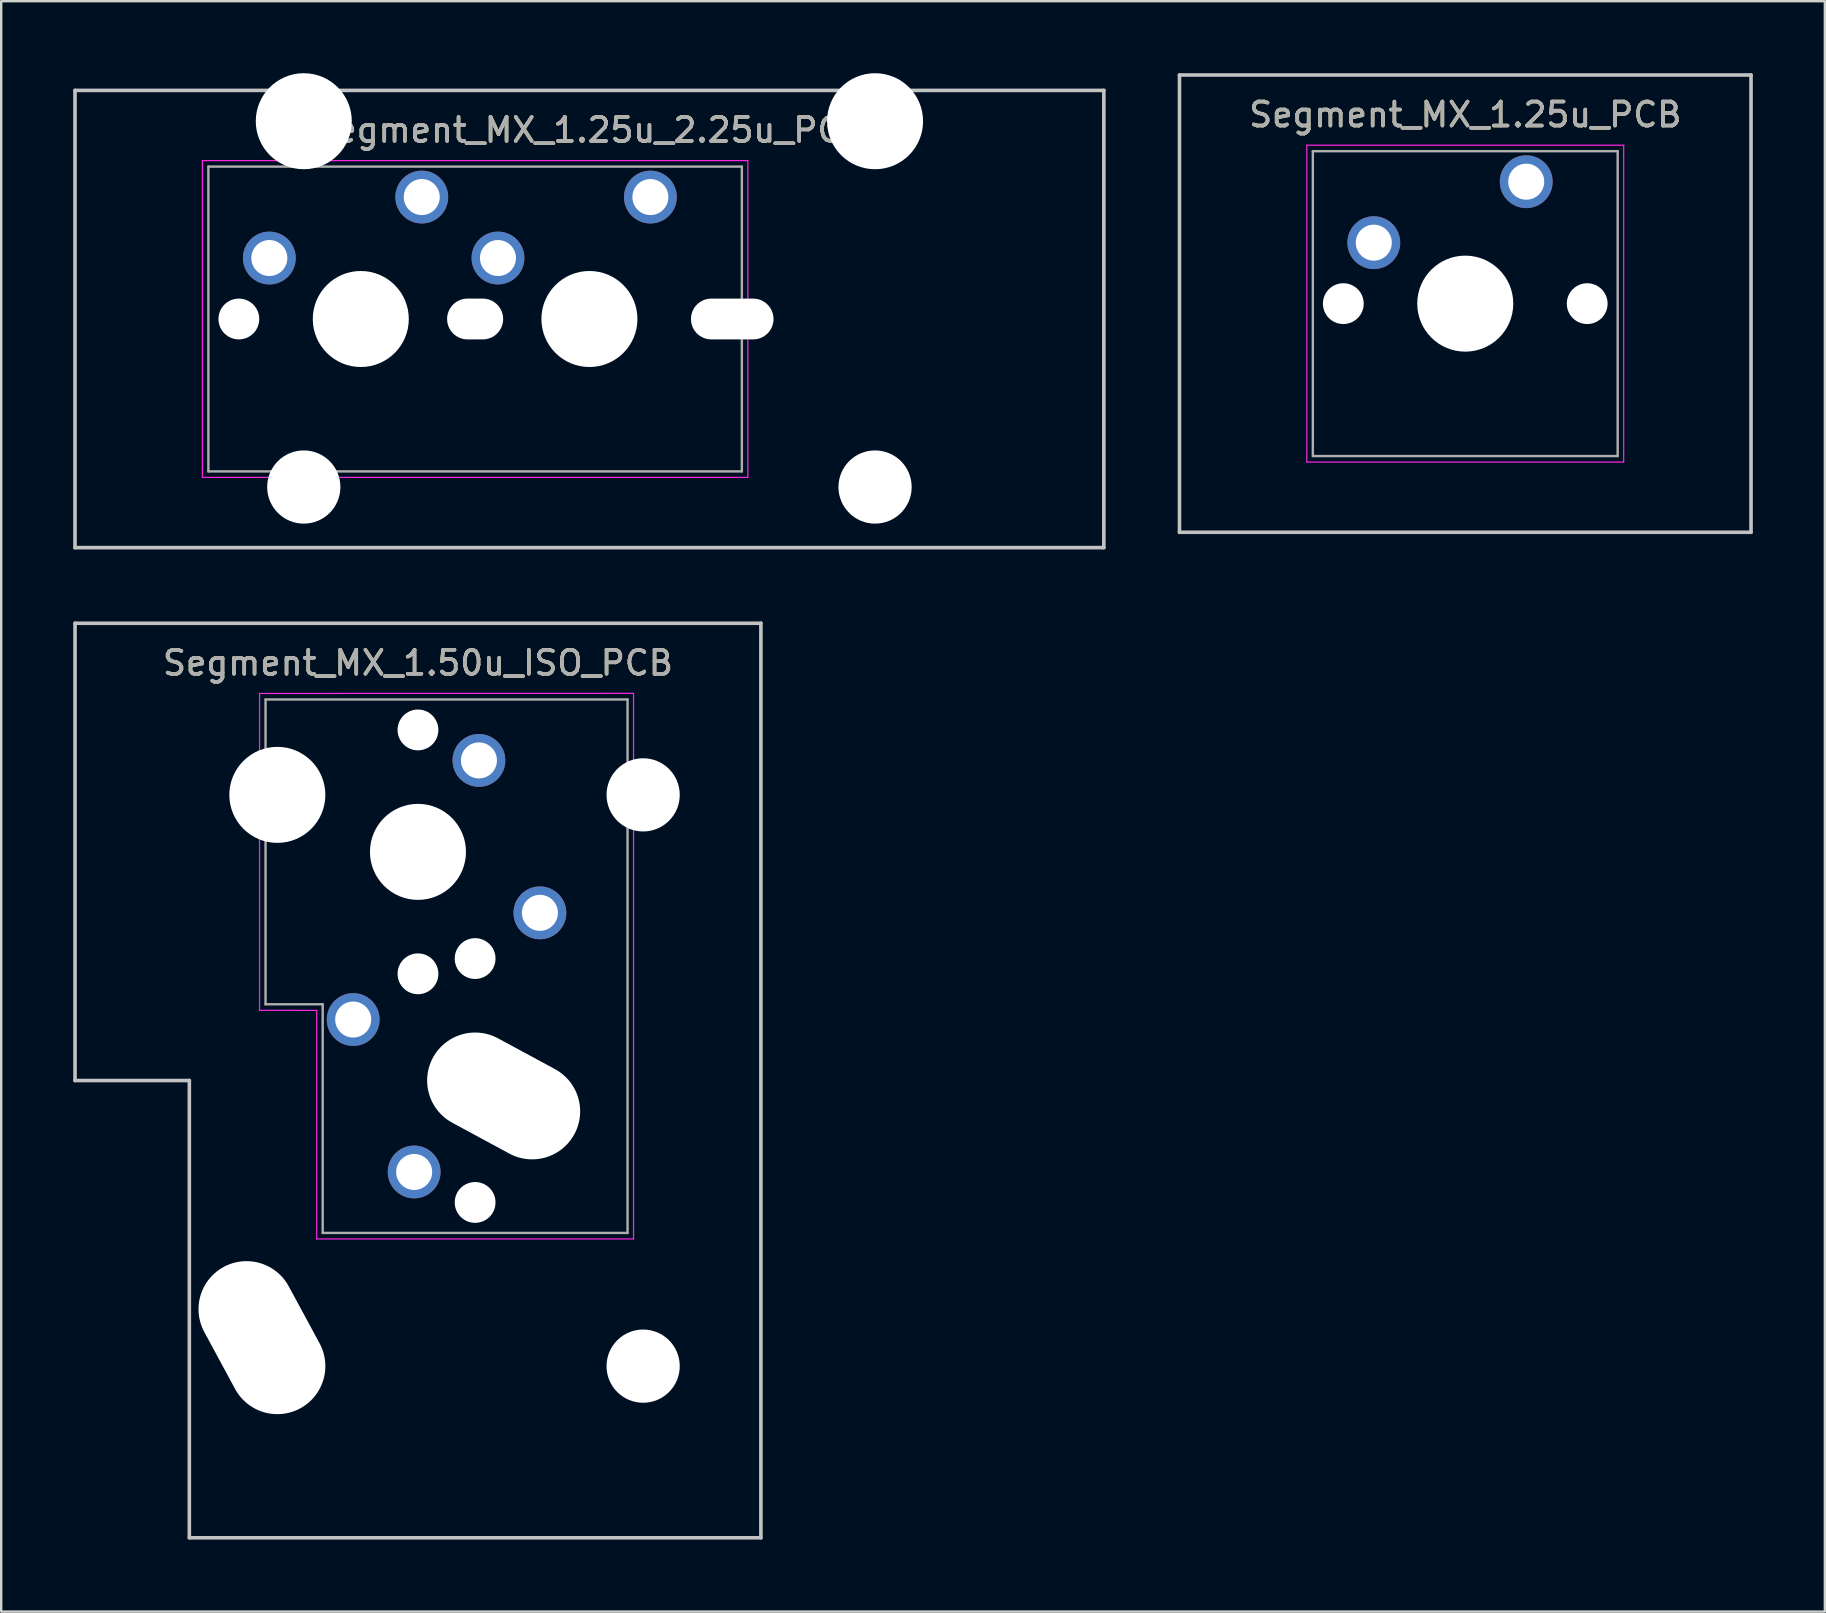
<source format=kicad_pcb>
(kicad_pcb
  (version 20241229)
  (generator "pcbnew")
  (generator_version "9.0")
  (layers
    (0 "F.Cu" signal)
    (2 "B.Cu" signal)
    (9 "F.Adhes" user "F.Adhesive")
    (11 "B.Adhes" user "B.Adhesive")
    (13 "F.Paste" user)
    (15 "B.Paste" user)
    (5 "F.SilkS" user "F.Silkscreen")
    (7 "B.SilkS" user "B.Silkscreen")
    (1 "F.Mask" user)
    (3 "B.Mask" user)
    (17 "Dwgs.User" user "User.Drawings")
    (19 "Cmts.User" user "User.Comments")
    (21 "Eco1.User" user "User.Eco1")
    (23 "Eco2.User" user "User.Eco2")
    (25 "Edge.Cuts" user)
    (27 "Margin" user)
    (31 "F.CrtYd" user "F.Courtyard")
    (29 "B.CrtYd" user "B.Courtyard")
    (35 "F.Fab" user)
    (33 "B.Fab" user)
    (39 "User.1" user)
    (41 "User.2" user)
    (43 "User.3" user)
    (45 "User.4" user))
  (footprint "Segment_MX_1.50u_ISO_PCB"
    (layer "F.Cu")
    (at 14.363 32.44)
    (property "Reference" "Segment_MX_1.50u_ISO_PCB" (at 0 -7.874 0) (layer "F.SilkS") (effects (font (size 1 1) (thickness 0.15))))
    (attr through_hole)
    (fp_line (start -14.287 -9.525) (end 14.287 -9.525) (stroke (width 0.15) (type solid)) (layer "Dwgs.User"))
    (fp_line (start -14.287 9.525) (end -14.287 -9.525) (stroke (width 0.15) (type solid)) (layer "Dwgs.User"))
    (fp_line (start -9.525 9.525) (end -14.287 9.525) (stroke (width 0.15) (type solid)) (layer "Dwgs.User"))
    (fp_line (start -9.525 28.575) (end -9.525 9.525) (stroke (width 0.15) (type solid)) (layer "Dwgs.User"))
    (fp_line (start 14.287 -9.525) (end 14.287 28.575) (stroke (width 0.15) (type solid)) (layer "Dwgs.User"))
    (fp_line (start 14.287 28.575) (end -9.525 28.575) (stroke (width 0.15) (type solid)) (layer "Dwgs.User"))
    (fp_line (start -6.6 -6.6) (end 8.981 -6.604) (stroke (width 0.05) (type solid)) (layer "F.CrtYd"))
    (fp_line (start -6.6 6.6) (end -6.6 -6.6) (stroke (width 0.05) (type solid)) (layer "F.CrtYd"))
    (fp_line (start -4.219 6.604) (end -6.6 6.6) (stroke (width 0.05) (type solid)) (layer "F.CrtYd"))
    (fp_line (start -4.219 16.125) (end -4.219 6.604) (stroke (width 0.05) (type solid)) (layer "F.CrtYd"))
    (fp_line (start 8.981 -6.604) (end 8.981 16.125) (stroke (width 0.05) (type solid)) (layer "F.CrtYd"))
    (fp_line (start 8.981 16.125) (end -4.219 16.125) (stroke (width 0.05) (type solid)) (layer "F.CrtYd"))
    (fp_line (start -6.35 -6.35) (end 8.731 -6.35) (stroke (width 0.1) (type solid)) (layer "F.Fab"))
    (fp_line (start -6.35 6.35) (end -6.35 -6.35) (stroke (width 0.1) (type solid)) (layer "F.Fab"))
    (fp_line (start -3.969 6.35) (end -6.35 6.35) (stroke (width 0.1) (type solid)) (layer "F.Fab"))
    (fp_line (start -3.969 15.875) (end -3.969 6.35) (stroke (width 0.1) (type solid)) (layer "F.Fab"))
    (fp_line (start 8.731 -6.35) (end 8.731 15.875) (stroke (width 0.1) (type solid)) (layer "F.Fab"))
    (fp_line (start 8.731 15.875) (end -3.969 15.875) (stroke (width 0.1) (type solid)) (layer "F.Fab"))
    (fp_text user "${REFERENCE}" (at 0 -7.874 0) (layer "F.Fab") (effects (font (size 1 1) (thickness 0.15))))
    (pad "" np_thru_hole oval (at -6.501 20.238 298.4) (size 6.7 4) (drill oval 6.7 4) (layers "*.Cu" "*.Mask"))
    (pad "" np_thru_hole circle (at -5.859 -2.375 180) (size 4 4) (drill 4) (layers "*.Cu" "*.Mask"))
    (pad "" np_thru_hole circle (at 0 -5.08 270) (size 1.7 1.7) (drill 1.7) (layers "*.Cu" "*.Mask"))
    (pad "" np_thru_hole circle (at 0 0 270) (size 4 4) (drill 4) (layers "*.Cu" "*.Mask"))
    (pad "" np_thru_hole circle (at 0 5.08 270) (size 1.7 1.7) (drill 1.7) (layers "*.Cu" "*.Mask"))
    (pad "" np_thru_hole circle (at 2.381 4.445 90) (size 1.7 1.7) (drill 1.7) (layers "*.Cu" "*.Mask"))
    (pad "" np_thru_hole circle (at 2.381 14.605 90) (size 1.7 1.7) (drill 1.7) (layers "*.Cu" "*.Mask"))
    (pad "" np_thru_hole oval (at 3.569 10.168 331.6) (size 6.7 4) (drill oval 6.7 4) (layers "*.Cu" "*.Mask"))
    (pad "" np_thru_hole circle (at 9.381 -2.375 180) (size 3.05 3.05) (drill 3.05) (layers "*.Cu" "*.Mask"))
    (pad "" np_thru_hole circle (at 9.381 21.425 180) (size 3.05 3.05) (drill 3.05) (layers "*.Cu" "*.Mask"))
    (pad "1" thru_hole circle (at -0.159 13.335 180) (size 2.2 2.2) (drill 1.5) (layers "*.Cu" "*.Mask"))
    (pad "1" thru_hole circle (at 5.08 2.54 270) (size 2.2 2.2) (drill 1.5) (layers "*.Cu" "*.Mask"))
    (pad "2" thru_hole circle (at -2.699 6.985 90) (size 2.2 2.2) (drill 1.5) (layers "*.Cu" "*.Mask"))
    (pad "2" thru_hole circle (at 2.54 -3.81 270) (size 2.2 2.2) (drill 1.5) (layers "*.Cu" "*.Mask")))
  (footprint "Segment_MX_1.25u_PCB"
    (layer "F.Cu")
    (at 57.994 9.6)
    (property "Reference" "Segment_MX_1.25u_PCB" (at 0 -7.874 0) (layer "F.SilkS") (effects (font (size 1 1) (thickness 0.15))))
    (attr through_hole)
    (fp_line (start -11.906 -9.525) (end 11.906 -9.525) (stroke (width 0.15) (type solid)) (layer "Dwgs.User"))
    (fp_line (start -11.906 9.525) (end -11.906 -9.525) (stroke (width 0.15) (type solid)) (layer "Dwgs.User"))
    (fp_line (start 11.906 -9.525) (end 11.906 9.525) (stroke (width 0.15) (type solid)) (layer "Dwgs.User"))
    (fp_line (start 11.906 9.525) (end -11.906 9.525) (stroke (width 0.15) (type solid)) (layer "Dwgs.User"))
    (fp_line (start -6.6 -6.6) (end 6.6 -6.6) (stroke (width 0.05) (type solid)) (layer "F.CrtYd"))
    (fp_line (start -6.6 6.6) (end -6.6 -6.6) (stroke (width 0.05) (type solid)) (layer "F.CrtYd"))
    (fp_line (start 6.6 -6.6) (end 6.6 6.6) (stroke (width 0.05) (type solid)) (layer "F.CrtYd"))
    (fp_line (start 6.6 6.6) (end -6.6 6.6) (stroke (width 0.05) (type solid)) (layer "F.CrtYd"))
    (fp_line (start -6.35 -6.35) (end 6.35 -6.35) (stroke (width 0.1) (type solid)) (layer "F.Fab"))
    (fp_line (start -6.35 6.35) (end -6.35 -6.35) (stroke (width 0.1) (type solid)) (layer "F.Fab"))
    (fp_line (start 6.35 -6.35) (end 6.35 6.35) (stroke (width 0.1) (type solid)) (layer "F.Fab"))
    (fp_line (start 6.35 6.35) (end -6.35 6.35) (stroke (width 0.1) (type solid)) (layer "F.Fab"))
    (fp_text user "${REFERENCE}" (at 0 -7.874 0) (layer "F.Fab") (effects (font (size 1 1) (thickness 0.15))))
    (pad "" np_thru_hole circle (at -5.08 0) (size 1.7 1.7) (drill 1.7) (layers "*.Cu" "*.Mask"))
    (pad "" np_thru_hole circle (at 0 0) (size 4 4) (drill 4) (layers "*.Cu" "*.Mask"))
    (pad "" np_thru_hole circle (at 5.08 0) (size 1.7 1.7) (drill 1.7) (layers "*.Cu" "*.Mask"))
    (pad "1" thru_hole circle (at -3.81 -2.54) (size 2.2 2.2) (drill 1.5) (layers "*.Cu" "*.Mask"))
    (pad "2" thru_hole circle (at 2.54 -5.08) (size 2.2 2.2) (drill 1.5) (layers "*.Cu" "*.Mask")))
  (footprint "Segment_MX_1.25u_2.25u_PCB"
    (layer "F.Cu")
    (at 11.981 10.24)
    (property "Reference" "Segment_MX_1.25u_2.25u_PCB" (at 9.525 -7.874 0) (layer "F.SilkS") (effects (font (size 1 1) (thickness 0.15))))
    (attr through_hole)
    (fp_line (start -11.906 -9.525) (end 30.956 -9.525) (stroke (width 0.15) (type solid)) (layer "Dwgs.User"))
    (fp_line (start -11.906 9.525) (end -11.906 -9.525) (stroke (width 0.15) (type solid)) (layer "Dwgs.User"))
    (fp_line (start 30.956 -9.525) (end 30.956 9.525) (stroke (width 0.15) (type solid)) (layer "Dwgs.User"))
    (fp_line (start 30.956 9.525) (end -11.906 9.525) (stroke (width 0.15) (type solid)) (layer "Dwgs.User"))
    (fp_line (start -6.6 6.6) (end -6.6 -6.6) (stroke (width 0.05) (type solid)) (layer "F.CrtYd"))
    (fp_line (start -6.6 6.6) (end 16.125 6.6) (stroke (width 0.05) (type solid)) (layer "F.CrtYd"))
    (fp_line (start 16.125 -6.6) (end -6.6 -6.6) (stroke (width 0.05) (type solid)) (layer "F.CrtYd"))
    (fp_line (start 16.125 -6.6) (end 16.125 6.6) (stroke (width 0.05) (type solid)) (layer "F.CrtYd"))
    (fp_line (start -6.35 6.35) (end -6.35 -6.35) (stroke (width 0.1) (type solid)) (layer "F.Fab"))
    (fp_line (start -6.35 6.35) (end 15.875 6.35) (stroke (width 0.1) (type solid)) (layer "F.Fab"))
    (fp_line (start 15.875 -6.35) (end -6.35 -6.35) (stroke (width 0.1) (type solid)) (layer "F.Fab"))
    (fp_line (start 15.875 -6.35) (end 15.875 6.35) (stroke (width 0.1) (type solid)) (layer "F.Fab"))
    (fp_text user "${REFERENCE}" (at 9.525 -7.874 0) (layer "F.Fab") (effects (font (size 1 1) (thickness 0.15))))
    (pad "" np_thru_hole circle (at -5.08 0) (size 1.7 1.7) (drill 1.7) (layers "*.Cu" "*.Mask"))
    (pad "" np_thru_hole circle (at -2.375 -8.24 180) (size 4 4) (drill 4) (layers "*.Cu" "*.Mask"))
    (pad "" np_thru_hole circle (at -2.375 7 180) (size 3.05 3.05) (drill 3.05) (layers "*.Cu" "*.Mask"))
    (pad "" np_thru_hole circle (at 0 0) (size 4 4) (drill 4) (layers "*.Cu" "*.Mask"))
    (pad "" np_thru_hole oval (at 4.763 0) (size 2.335 1.7) (drill oval 2.335 1.7) (layers "*.Cu" "*.Mask"))
    (pad "" np_thru_hole circle (at 9.525 0) (size 4 4) (drill 4) (layers "*.Cu" "*.Mask"))
    (pad "" np_thru_hole oval (at 15.475 0) (size 3.44 1.7) (drill oval 3.44 1.7) (layers "*.Cu" "*.Mask"))
    (pad "" np_thru_hole circle (at 21.425 -8.24 180) (size 4 4) (drill 4) (layers "*.Cu" "*.Mask"))
    (pad "" np_thru_hole circle (at 21.425 7 180) (size 3.05 3.05) (drill 3.05) (layers "*.Cu" "*.Mask"))
    (pad "1" thru_hole circle (at -3.81 -2.54) (size 2.2 2.2) (drill 1.5) (layers "*.Cu" "*.Mask"))
    (pad "1" thru_hole circle (at 5.715 -2.54) (size 2.2 2.2) (drill 1.5) (layers "*.Cu" "*.Mask"))
    (pad "2" thru_hole circle (at 2.54 -5.08) (size 2.2 2.2) (drill 1.5) (layers "*.Cu" "*.Mask"))
    (pad "2" thru_hole circle (at 12.065 -5.08) (size 2.2 2.2) (drill 1.5) (layers "*.Cu" "*.Mask")))
  (gr_rect
    (start -3 -3)
    (end 72.975 64.09)
    (stroke (width 0.1) (type default))
    (fill no)
    (layer "Edge.Cuts")))
</source>
